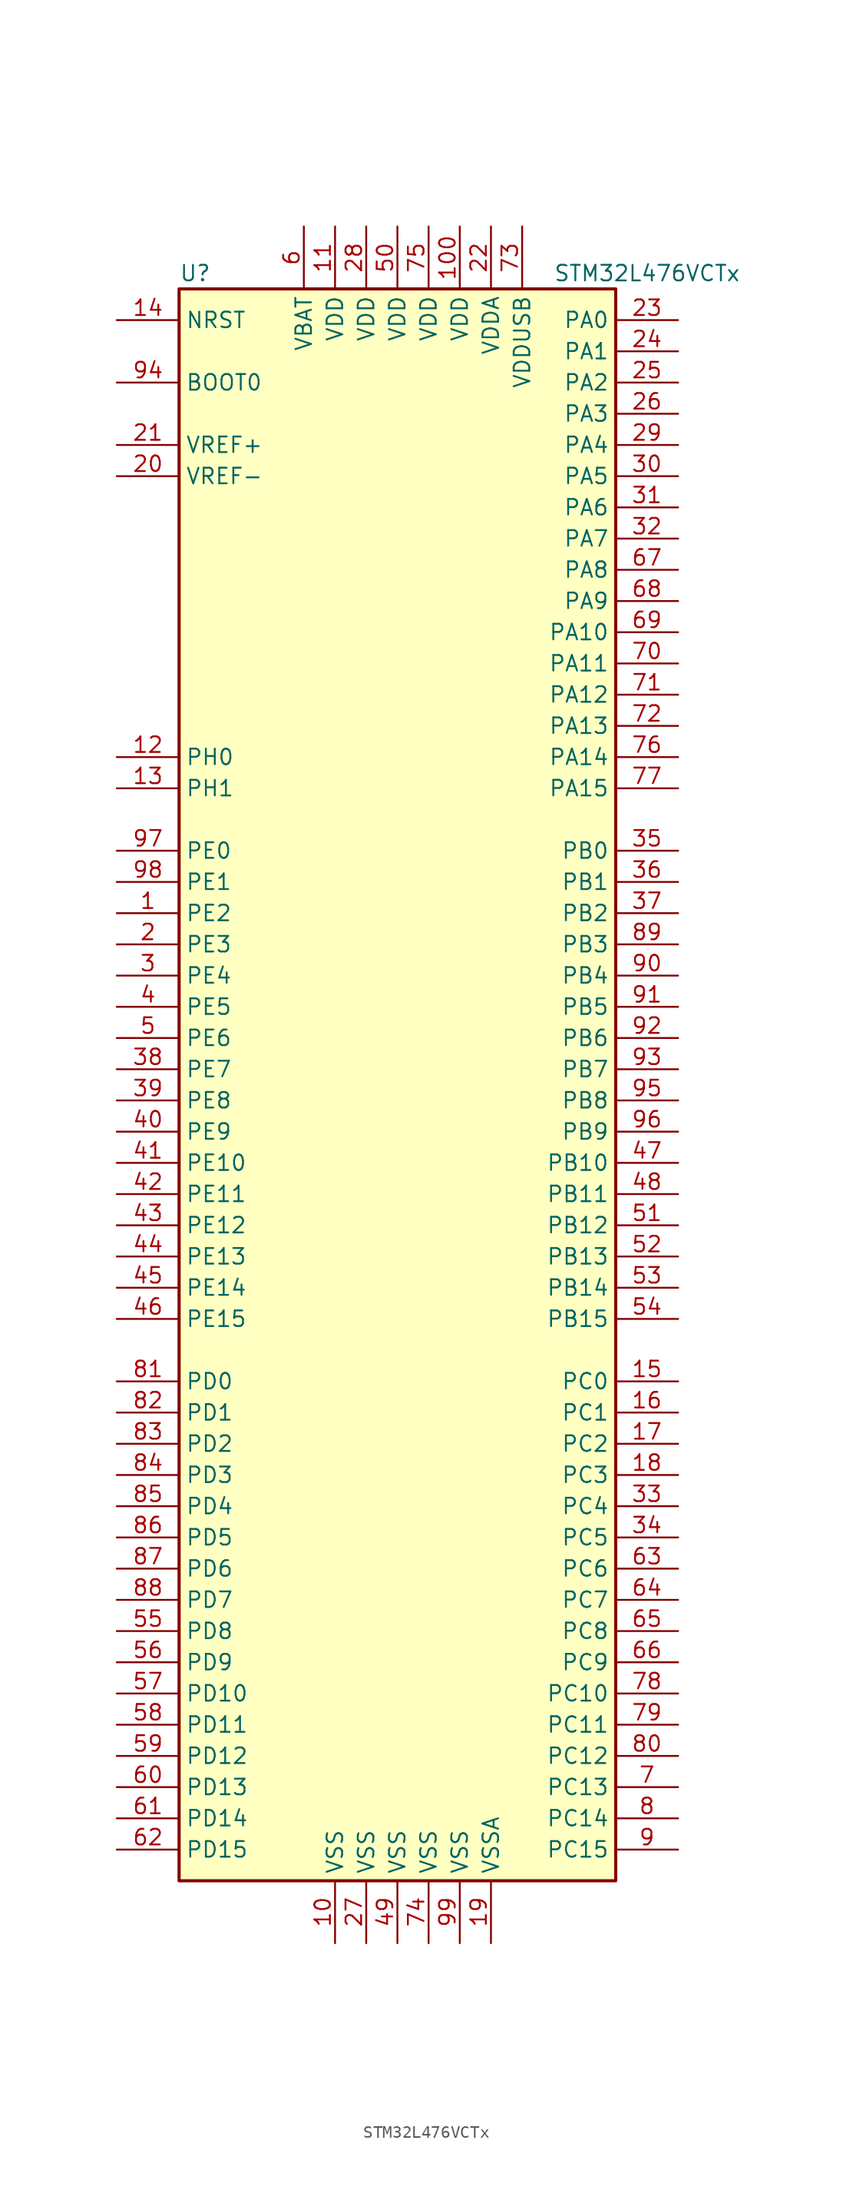
<source format=kicad_sym>
(kicad_symbol_lib
  (version 20201005)
  (generator kicad_symbol_editor)
  (symbol "STM32L476VCTx"
    (property "Reference" "U"
      (at -17.78 64.77 0)
      (effects (font (size 1.27 1.27)) (justify left)))
    (property "Value" "STM32L476VCTx"
      (at 12.7 64.77 0)
      (effects (font (size 1.27 1.27)) (justify left)))
    (symbol "STM32L476VCTx_0_1"
      (rectangle (start -17.78 -66.04) (end 17.78 63.5) (stroke (width 0.254)) (fill (type background))))
    (symbol "STM32L476VCTx_1_1"
      (pin bidirectional line (at -22.86 12.7 0) (length 5.08) (name "PE2" (effects (font (size 1.27 1.27)))) (number "1" (effects (font (size 1.27 1.27)))))
      (pin power_in line (at -5.08 -71.12 90) (length 5.08) (name "VSS" (effects (font (size 1.27 1.27)))) (number "10" (effects (font (size 1.27 1.27)))))
      (pin power_in line (at 5.08 68.58 270) (length 5.08) (name "VDD" (effects (font (size 1.27 1.27)))) (number "100" (effects (font (size 1.27 1.27)))))
      (pin power_in line (at -5.08 68.58 270) (length 5.08) (name "VDD" (effects (font (size 1.27 1.27)))) (number "11" (effects (font (size 1.27 1.27)))))
      (pin input line (at -22.86 25.4 0) (length 5.08) (name "PH0" (effects (font (size 1.27 1.27)))) (number "12" (effects (font (size 1.27 1.27)))))
      (pin input line (at -22.86 22.86 0) (length 5.08) (name "PH1" (effects (font (size 1.27 1.27)))) (number "13" (effects (font (size 1.27 1.27)))))
      (pin input line (at -22.86 60.96 0) (length 5.08) (name "NRST" (effects (font (size 1.27 1.27)))) (number "14" (effects (font (size 1.27 1.27)))))
      (pin bidirectional line (at 22.86 -25.4 180) (length 5.08) (name "PC0" (effects (font (size 1.27 1.27)))) (number "15" (effects (font (size 1.27 1.27)))))
      (pin bidirectional line (at 22.86 -27.94 180) (length 5.08) (name "PC1" (effects (font (size 1.27 1.27)))) (number "16" (effects (font (size 1.27 1.27)))))
      (pin bidirectional line (at 22.86 -30.48 180) (length 5.08) (name "PC2" (effects (font (size 1.27 1.27)))) (number "17" (effects (font (size 1.27 1.27)))))
      (pin bidirectional line (at 22.86 -33.02 180) (length 5.08) (name "PC3" (effects (font (size 1.27 1.27)))) (number "18" (effects (font (size 1.27 1.27)))))
      (pin power_in line (at 7.62 -71.12 90) (length 5.08) (name "VSSA" (effects (font (size 1.27 1.27)))) (number "19" (effects (font (size 1.27 1.27)))))
      (pin bidirectional line (at -22.86 10.16 0) (length 5.08) (name "PE3" (effects (font (size 1.27 1.27)))) (number "2" (effects (font (size 1.27 1.27)))))
      (pin power_in line (at -22.86 48.26 0) (length 5.08) (name "VREF-" (effects (font (size 1.27 1.27)))) (number "20" (effects (font (size 1.27 1.27)))))
      (pin bidirectional line (at -22.86 50.8 0) (length 5.08) (name "VREF+" (effects (font (size 1.27 1.27)))) (number "21" (effects (font (size 1.27 1.27)))))
      (pin power_in line (at 7.62 68.58 270) (length 5.08) (name "VDDA" (effects (font (size 1.27 1.27)))) (number "22" (effects (font (size 1.27 1.27)))))
      (pin bidirectional line (at 22.86 60.96 180) (length 5.08) (name "PA0" (effects (font (size 1.27 1.27)))) (number "23" (effects (font (size 1.27 1.27)))))
      (pin bidirectional line (at 22.86 58.42 180) (length 5.08) (name "PA1" (effects (font (size 1.27 1.27)))) (number "24" (effects (font (size 1.27 1.27)))))
      (pin bidirectional line (at 22.86 55.88 180) (length 5.08) (name "PA2" (effects (font (size 1.27 1.27)))) (number "25" (effects (font (size 1.27 1.27)))))
      (pin bidirectional line (at 22.86 53.34 180) (length 5.08) (name "PA3" (effects (font (size 1.27 1.27)))) (number "26" (effects (font (size 1.27 1.27)))))
      (pin power_in line (at -2.54 -71.12 90) (length 5.08) (name "VSS" (effects (font (size 1.27 1.27)))) (number "27" (effects (font (size 1.27 1.27)))))
      (pin power_in line (at -2.54 68.58 270) (length 5.08) (name "VDD" (effects (font (size 1.27 1.27)))) (number "28" (effects (font (size 1.27 1.27)))))
      (pin bidirectional line (at 22.86 50.8 180) (length 5.08) (name "PA4" (effects (font (size 1.27 1.27)))) (number "29" (effects (font (size 1.27 1.27)))))
      (pin bidirectional line (at -22.86 7.62 0) (length 5.08) (name "PE4" (effects (font (size 1.27 1.27)))) (number "3" (effects (font (size 1.27 1.27)))))
      (pin bidirectional line (at 22.86 48.26 180) (length 5.08) (name "PA5" (effects (font (size 1.27 1.27)))) (number "30" (effects (font (size 1.27 1.27)))))
      (pin bidirectional line (at 22.86 45.72 180) (length 5.08) (name "PA6" (effects (font (size 1.27 1.27)))) (number "31" (effects (font (size 1.27 1.27)))))
      (pin bidirectional line (at 22.86 43.18 180) (length 5.08) (name "PA7" (effects (font (size 1.27 1.27)))) (number "32" (effects (font (size 1.27 1.27)))))
      (pin bidirectional line (at 22.86 -35.56 180) (length 5.08) (name "PC4" (effects (font (size 1.27 1.27)))) (number "33" (effects (font (size 1.27 1.27)))))
      (pin bidirectional line (at 22.86 -38.1 180) (length 5.08) (name "PC5" (effects (font (size 1.27 1.27)))) (number "34" (effects (font (size 1.27 1.27)))))
      (pin bidirectional line (at 22.86 17.78 180) (length 5.08) (name "PB0" (effects (font (size 1.27 1.27)))) (number "35" (effects (font (size 1.27 1.27)))))
      (pin bidirectional line (at 22.86 15.24 180) (length 5.08) (name "PB1" (effects (font (size 1.27 1.27)))) (number "36" (effects (font (size 1.27 1.27)))))
      (pin bidirectional line (at 22.86 12.7 180) (length 5.08) (name "PB2" (effects (font (size 1.27 1.27)))) (number "37" (effects (font (size 1.27 1.27)))))
      (pin bidirectional line (at -22.86 0 0) (length 5.08) (name "PE7" (effects (font (size 1.27 1.27)))) (number "38" (effects (font (size 1.27 1.27)))))
      (pin bidirectional line (at -22.86 -2.54 0) (length 5.08) (name "PE8" (effects (font (size 1.27 1.27)))) (number "39" (effects (font (size 1.27 1.27)))))
      (pin bidirectional line (at -22.86 5.08 0) (length 5.08) (name "PE5" (effects (font (size 1.27 1.27)))) (number "4" (effects (font (size 1.27 1.27)))))
      (pin bidirectional line (at -22.86 -5.08 0) (length 5.08) (name "PE9" (effects (font (size 1.27 1.27)))) (number "40" (effects (font (size 1.27 1.27)))))
      (pin bidirectional line (at -22.86 -7.62 0) (length 5.08) (name "PE10" (effects (font (size 1.27 1.27)))) (number "41" (effects (font (size 1.27 1.27)))))
      (pin bidirectional line (at -22.86 -10.16 0) (length 5.08) (name "PE11" (effects (font (size 1.27 1.27)))) (number "42" (effects (font (size 1.27 1.27)))))
      (pin bidirectional line (at -22.86 -12.7 0) (length 5.08) (name "PE12" (effects (font (size 1.27 1.27)))) (number "43" (effects (font (size 1.27 1.27)))))
      (pin bidirectional line (at -22.86 -15.24 0) (length 5.08) (name "PE13" (effects (font (size 1.27 1.27)))) (number "44" (effects (font (size 1.27 1.27)))))
      (pin bidirectional line (at -22.86 -17.78 0) (length 5.08) (name "PE14" (effects (font (size 1.27 1.27)))) (number "45" (effects (font (size 1.27 1.27)))))
      (pin bidirectional line (at -22.86 -20.32 0) (length 5.08) (name "PE15" (effects (font (size 1.27 1.27)))) (number "46" (effects (font (size 1.27 1.27)))))
      (pin bidirectional line (at 22.86 -7.62 180) (length 5.08) (name "PB10" (effects (font (size 1.27 1.27)))) (number "47" (effects (font (size 1.27 1.27)))))
      (pin bidirectional line (at 22.86 -10.16 180) (length 5.08) (name "PB11" (effects (font (size 1.27 1.27)))) (number "48" (effects (font (size 1.27 1.27)))))
      (pin power_in line (at 0 -71.12 90) (length 5.08) (name "VSS" (effects (font (size 1.27 1.27)))) (number "49" (effects (font (size 1.27 1.27)))))
      (pin bidirectional line (at -22.86 2.54 0) (length 5.08) (name "PE6" (effects (font (size 1.27 1.27)))) (number "5" (effects (font (size 1.27 1.27)))))
      (pin power_in line (at 0 68.58 270) (length 5.08) (name "VDD" (effects (font (size 1.27 1.27)))) (number "50" (effects (font (size 1.27 1.27)))))
      (pin bidirectional line (at 22.86 -12.7 180) (length 5.08) (name "PB12" (effects (font (size 1.27 1.27)))) (number "51" (effects (font (size 1.27 1.27)))))
      (pin bidirectional line (at 22.86 -15.24 180) (length 5.08) (name "PB13" (effects (font (size 1.27 1.27)))) (number "52" (effects (font (size 1.27 1.27)))))
      (pin bidirectional line (at 22.86 -17.78 180) (length 5.08) (name "PB14" (effects (font (size 1.27 1.27)))) (number "53" (effects (font (size 1.27 1.27)))))
      (pin bidirectional line (at 22.86 -20.32 180) (length 5.08) (name "PB15" (effects (font (size 1.27 1.27)))) (number "54" (effects (font (size 1.27 1.27)))))
      (pin bidirectional line (at -22.86 -45.72 0) (length 5.08) (name "PD8" (effects (font (size 1.27 1.27)))) (number "55" (effects (font (size 1.27 1.27)))))
      (pin bidirectional line (at -22.86 -48.26 0) (length 5.08) (name "PD9" (effects (font (size 1.27 1.27)))) (number "56" (effects (font (size 1.27 1.27)))))
      (pin bidirectional line (at -22.86 -50.8 0) (length 5.08) (name "PD10" (effects (font (size 1.27 1.27)))) (number "57" (effects (font (size 1.27 1.27)))))
      (pin bidirectional line (at -22.86 -53.34 0) (length 5.08) (name "PD11" (effects (font (size 1.27 1.27)))) (number "58" (effects (font (size 1.27 1.27)))))
      (pin bidirectional line (at -22.86 -55.88 0) (length 5.08) (name "PD12" (effects (font (size 1.27 1.27)))) (number "59" (effects (font (size 1.27 1.27)))))
      (pin power_in line (at -7.62 68.58 270) (length 5.08) (name "VBAT" (effects (font (size 1.27 1.27)))) (number "6" (effects (font (size 1.27 1.27)))))
      (pin bidirectional line (at -22.86 -58.42 0) (length 5.08) (name "PD13" (effects (font (size 1.27 1.27)))) (number "60" (effects (font (size 1.27 1.27)))))
      (pin bidirectional line (at -22.86 -60.96 0) (length 5.08) (name "PD14" (effects (font (size 1.27 1.27)))) (number "61" (effects (font (size 1.27 1.27)))))
      (pin bidirectional line (at -22.86 -63.5 0) (length 5.08) (name "PD15" (effects (font (size 1.27 1.27)))) (number "62" (effects (font (size 1.27 1.27)))))
      (pin bidirectional line (at 22.86 -40.64 180) (length 5.08) (name "PC6" (effects (font (size 1.27 1.27)))) (number "63" (effects (font (size 1.27 1.27)))))
      (pin bidirectional line (at 22.86 -43.18 180) (length 5.08) (name "PC7" (effects (font (size 1.27 1.27)))) (number "64" (effects (font (size 1.27 1.27)))))
      (pin bidirectional line (at 22.86 -45.72 180) (length 5.08) (name "PC8" (effects (font (size 1.27 1.27)))) (number "65" (effects (font (size 1.27 1.27)))))
      (pin bidirectional line (at 22.86 -48.26 180) (length 5.08) (name "PC9" (effects (font (size 1.27 1.27)))) (number "66" (effects (font (size 1.27 1.27)))))
      (pin bidirectional line (at 22.86 40.64 180) (length 5.08) (name "PA8" (effects (font (size 1.27 1.27)))) (number "67" (effects (font (size 1.27 1.27)))))
      (pin bidirectional line (at 22.86 38.1 180) (length 5.08) (name "PA9" (effects (font (size 1.27 1.27)))) (number "68" (effects (font (size 1.27 1.27)))))
      (pin bidirectional line (at 22.86 35.56 180) (length 5.08) (name "PA10" (effects (font (size 1.27 1.27)))) (number "69" (effects (font (size 1.27 1.27)))))
      (pin bidirectional line (at 22.86 -58.42 180) (length 5.08) (name "PC13" (effects (font (size 1.27 1.27)))) (number "7" (effects (font (size 1.27 1.27)))))
      (pin bidirectional line (at 22.86 33.02 180) (length 5.08) (name "PA11" (effects (font (size 1.27 1.27)))) (number "70" (effects (font (size 1.27 1.27)))))
      (pin bidirectional line (at 22.86 30.48 180) (length 5.08) (name "PA12" (effects (font (size 1.27 1.27)))) (number "71" (effects (font (size 1.27 1.27)))))
      (pin bidirectional line (at 22.86 27.94 180) (length 5.08) (name "PA13" (effects (font (size 1.27 1.27)))) (number "72" (effects (font (size 1.27 1.27)))))
      (pin power_in line (at 10.16 68.58 270) (length 5.08) (name "VDDUSB" (effects (font (size 1.27 1.27)))) (number "73" (effects (font (size 1.27 1.27)))))
      (pin power_in line (at 2.54 -71.12 90) (length 5.08) (name "VSS" (effects (font (size 1.27 1.27)))) (number "74" (effects (font (size 1.27 1.27)))))
      (pin power_in line (at 2.54 68.58 270) (length 5.08) (name "VDD" (effects (font (size 1.27 1.27)))) (number "75" (effects (font (size 1.27 1.27)))))
      (pin bidirectional line (at 22.86 25.4 180) (length 5.08) (name "PA14" (effects (font (size 1.27 1.27)))) (number "76" (effects (font (size 1.27 1.27)))))
      (pin bidirectional line (at 22.86 22.86 180) (length 5.08) (name "PA15" (effects (font (size 1.27 1.27)))) (number "77" (effects (font (size 1.27 1.27)))))
      (pin bidirectional line (at 22.86 -50.8 180) (length 5.08) (name "PC10" (effects (font (size 1.27 1.27)))) (number "78" (effects (font (size 1.27 1.27)))))
      (pin bidirectional line (at 22.86 -53.34 180) (length 5.08) (name "PC11" (effects (font (size 1.27 1.27)))) (number "79" (effects (font (size 1.27 1.27)))))
      (pin bidirectional line (at 22.86 -60.96 180) (length 5.08) (name "PC14" (effects (font (size 1.27 1.27)))) (number "8" (effects (font (size 1.27 1.27)))))
      (pin bidirectional line (at 22.86 -55.88 180) (length 5.08) (name "PC12" (effects (font (size 1.27 1.27)))) (number "80" (effects (font (size 1.27 1.27)))))
      (pin bidirectional line (at -22.86 -25.4 0) (length 5.08) (name "PD0" (effects (font (size 1.27 1.27)))) (number "81" (effects (font (size 1.27 1.27)))))
      (pin bidirectional line (at -22.86 -27.94 0) (length 5.08) (name "PD1" (effects (font (size 1.27 1.27)))) (number "82" (effects (font (size 1.27 1.27)))))
      (pin bidirectional line (at -22.86 -30.48 0) (length 5.08) (name "PD2" (effects (font (size 1.27 1.27)))) (number "83" (effects (font (size 1.27 1.27)))))
      (pin bidirectional line (at -22.86 -33.02 0) (length 5.08) (name "PD3" (effects (font (size 1.27 1.27)))) (number "84" (effects (font (size 1.27 1.27)))))
      (pin bidirectional line (at -22.86 -35.56 0) (length 5.08) (name "PD4" (effects (font (size 1.27 1.27)))) (number "85" (effects (font (size 1.27 1.27)))))
      (pin bidirectional line (at -22.86 -38.1 0) (length 5.08) (name "PD5" (effects (font (size 1.27 1.27)))) (number "86" (effects (font (size 1.27 1.27)))))
      (pin bidirectional line (at -22.86 -40.64 0) (length 5.08) (name "PD6" (effects (font (size 1.27 1.27)))) (number "87" (effects (font (size 1.27 1.27)))))
      (pin bidirectional line (at -22.86 -43.18 0) (length 5.08) (name "PD7" (effects (font (size 1.27 1.27)))) (number "88" (effects (font (size 1.27 1.27)))))
      (pin bidirectional line (at 22.86 10.16 180) (length 5.08) (name "PB3" (effects (font (size 1.27 1.27)))) (number "89" (effects (font (size 1.27 1.27)))))
      (pin bidirectional line (at 22.86 -63.5 180) (length 5.08) (name "PC15" (effects (font (size 1.27 1.27)))) (number "9" (effects (font (size 1.27 1.27)))))
      (pin bidirectional line (at 22.86 7.62 180) (length 5.08) (name "PB4" (effects (font (size 1.27 1.27)))) (number "90" (effects (font (size 1.27 1.27)))))
      (pin bidirectional line (at 22.86 5.08 180) (length 5.08) (name "PB5" (effects (font (size 1.27 1.27)))) (number "91" (effects (font (size 1.27 1.27)))))
      (pin bidirectional line (at 22.86 2.54 180) (length 5.08) (name "PB6" (effects (font (size 1.27 1.27)))) (number "92" (effects (font (size 1.27 1.27)))))
      (pin bidirectional line (at 22.86 0 180) (length 5.08) (name "PB7" (effects (font (size 1.27 1.27)))) (number "93" (effects (font (size 1.27 1.27)))))
      (pin input line (at -22.86 55.88 0) (length 5.08) (name "BOOT0" (effects (font (size 1.27 1.27)))) (number "94" (effects (font (size 1.27 1.27)))))
      (pin bidirectional line (at 22.86 -2.54 180) (length 5.08) (name "PB8" (effects (font (size 1.27 1.27)))) (number "95" (effects (font (size 1.27 1.27)))))
      (pin bidirectional line (at 22.86 -5.08 180) (length 5.08) (name "PB9" (effects (font (size 1.27 1.27)))) (number "96" (effects (font (size 1.27 1.27)))))
      (pin bidirectional line (at -22.86 17.78 0) (length 5.08) (name "PE0" (effects (font (size 1.27 1.27)))) (number "97" (effects (font (size 1.27 1.27)))))
      (pin bidirectional line (at -22.86 15.24 0) (length 5.08) (name "PE1" (effects (font (size 1.27 1.27)))) (number "98" (effects (font (size 1.27 1.27)))))
      (pin power_in line (at 5.08 -71.12 90) (length 5.08) (name "VSS" (effects (font (size 1.27 1.27)))) (number "99" (effects (font (size 1.27 1.27))))))))
</source>
